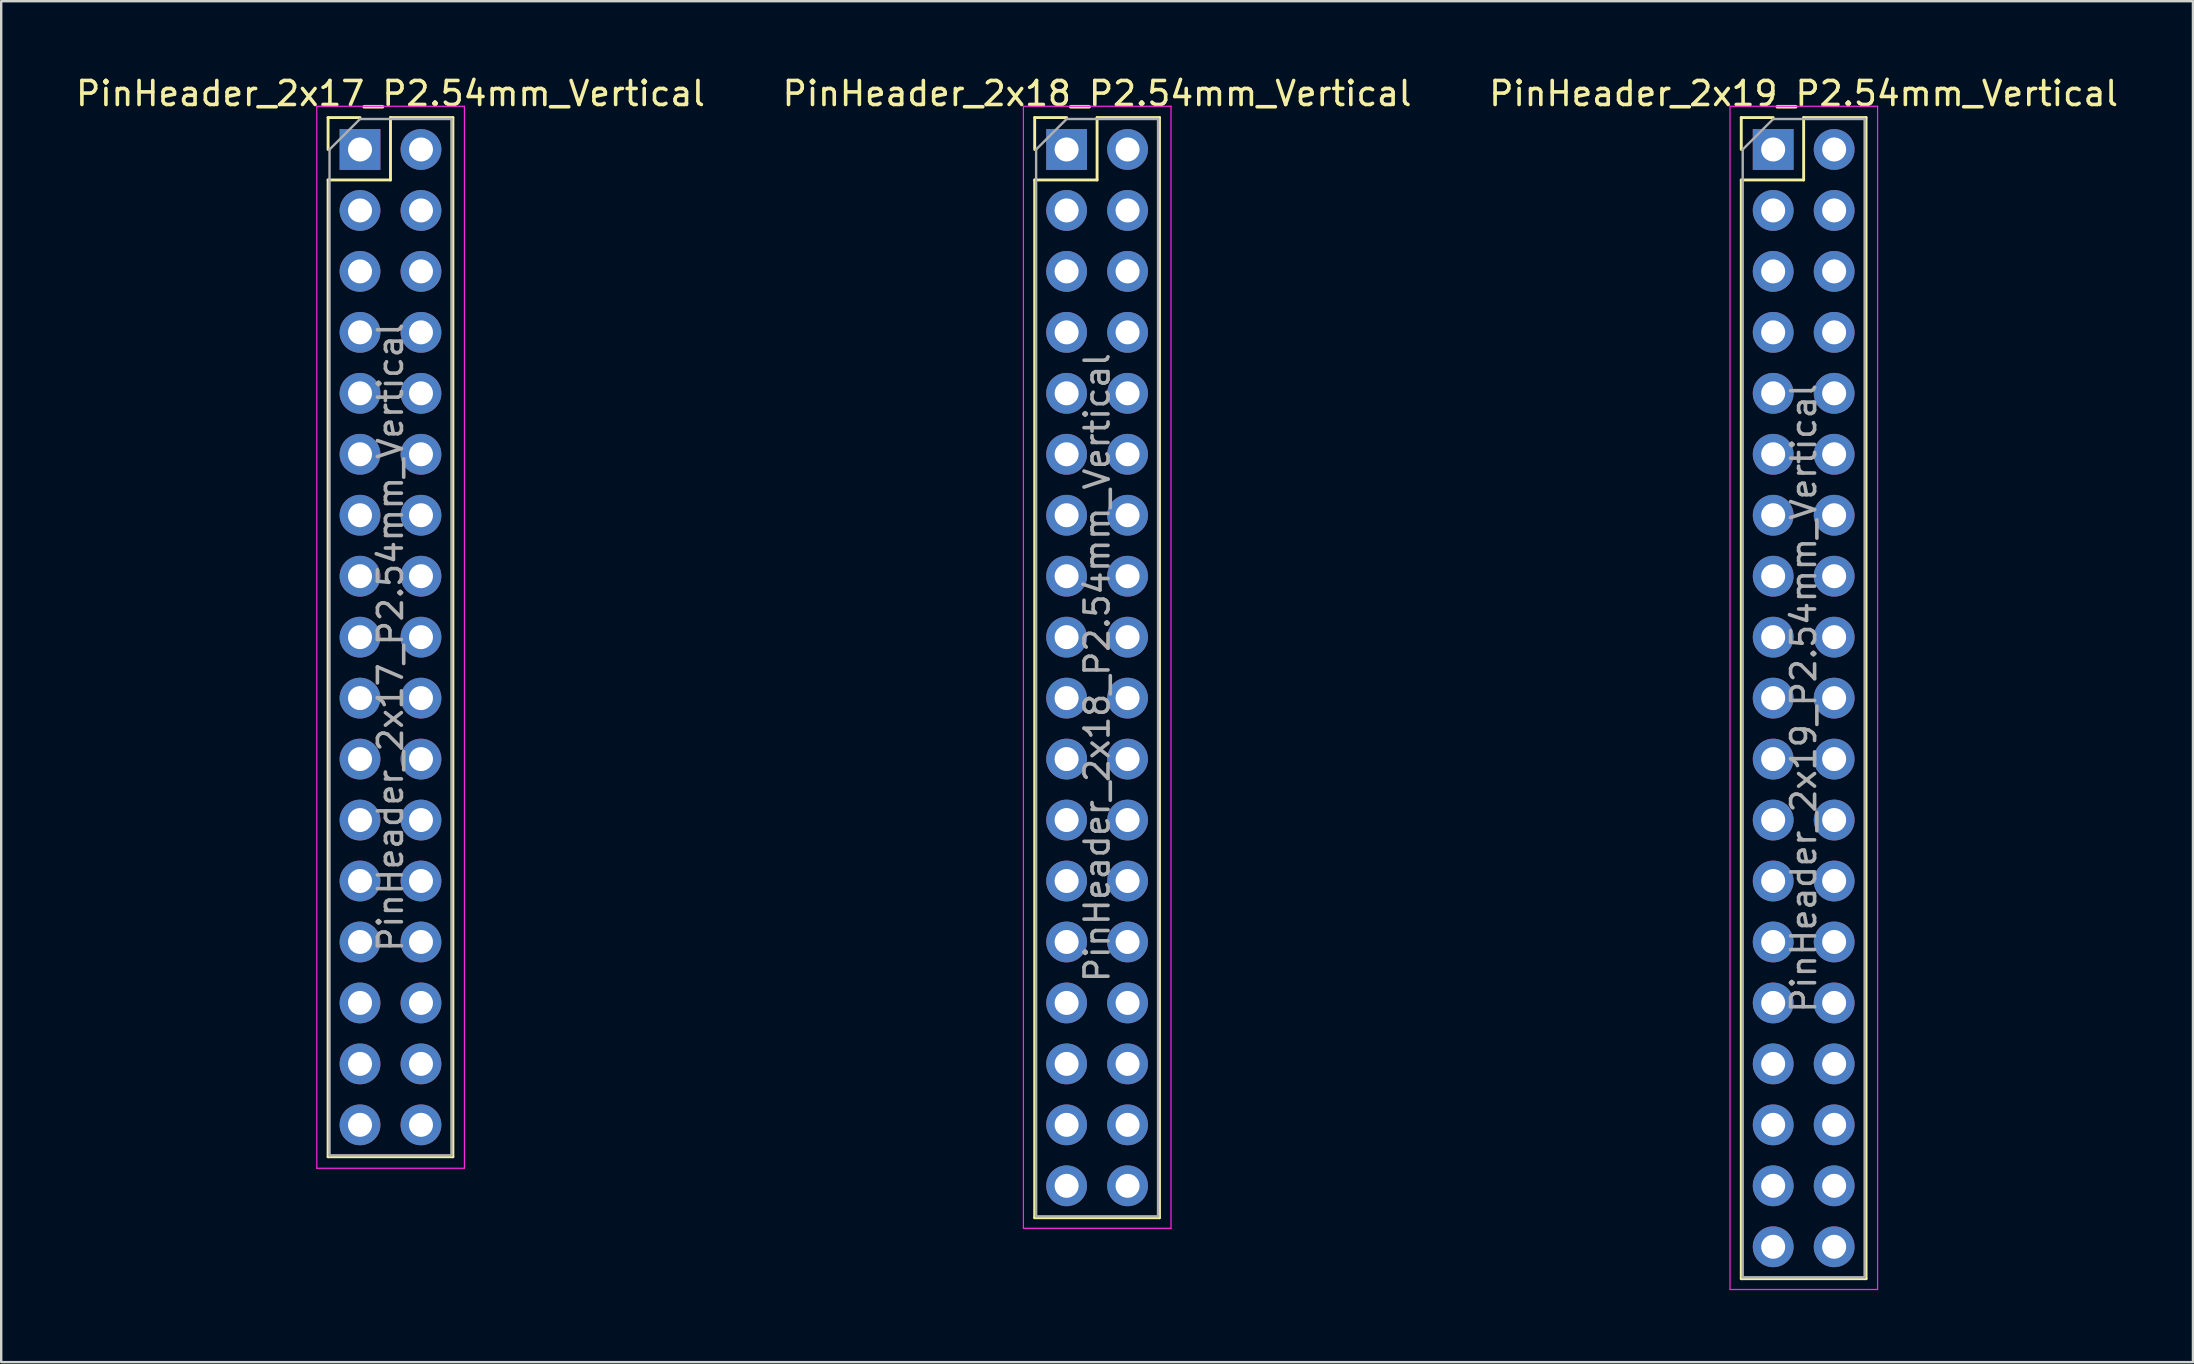
<source format=kicad_pcb>
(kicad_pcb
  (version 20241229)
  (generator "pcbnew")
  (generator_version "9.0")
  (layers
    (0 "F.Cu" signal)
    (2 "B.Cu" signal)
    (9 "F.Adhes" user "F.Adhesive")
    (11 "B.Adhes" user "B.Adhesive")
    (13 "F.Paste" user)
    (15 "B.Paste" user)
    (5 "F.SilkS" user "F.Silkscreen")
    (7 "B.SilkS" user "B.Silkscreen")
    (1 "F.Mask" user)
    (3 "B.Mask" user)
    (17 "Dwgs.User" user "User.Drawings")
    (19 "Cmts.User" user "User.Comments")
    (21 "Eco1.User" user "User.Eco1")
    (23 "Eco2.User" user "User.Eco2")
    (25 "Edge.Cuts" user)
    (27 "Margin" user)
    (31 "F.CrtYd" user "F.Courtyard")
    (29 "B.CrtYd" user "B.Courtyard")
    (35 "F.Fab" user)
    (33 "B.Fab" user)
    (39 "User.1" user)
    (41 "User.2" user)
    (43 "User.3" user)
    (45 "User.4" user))
  (footprint "PinHeader_2x17_P2.54mm_Vertical"
    (layer "F.Cu")
    (at 11.95 3.178)
    (property "Reference" "PinHeader_2x17_P2.54mm_Vertical" (at 1.27 -2.33 0) (layer "F.SilkS") (effects (font (size 1 1) (thickness 0.15))))
    (attr through_hole)
    (fp_line (start -1.33 -1.33) (end 0 -1.33) (stroke (width 0.12) (type solid)) (layer "F.SilkS"))
    (fp_line (start -1.33 0) (end -1.33 -1.33) (stroke (width 0.12) (type solid)) (layer "F.SilkS"))
    (fp_line (start -1.33 1.27) (end -1.33 41.97) (stroke (width 0.12) (type solid)) (layer "F.SilkS"))
    (fp_line (start -1.33 1.27) (end 1.27 1.27) (stroke (width 0.12) (type solid)) (layer "F.SilkS"))
    (fp_line (start -1.33 41.97) (end 3.87 41.97) (stroke (width 0.12) (type solid)) (layer "F.SilkS"))
    (fp_line (start 1.27 -1.33) (end 3.87 -1.33) (stroke (width 0.12) (type solid)) (layer "F.SilkS"))
    (fp_line (start 1.27 1.27) (end 1.27 -1.33) (stroke (width 0.12) (type solid)) (layer "F.SilkS"))
    (fp_line (start 3.87 -1.33) (end 3.87 41.97) (stroke (width 0.12) (type solid)) (layer "F.SilkS"))
    (fp_line (start -1.8 -1.8) (end -1.8 42.45) (stroke (width 0.05) (type solid)) (layer "F.CrtYd"))
    (fp_line (start -1.8 42.45) (end 4.35 42.45) (stroke (width 0.05) (type solid)) (layer "F.CrtYd"))
    (fp_line (start 4.35 -1.8) (end -1.8 -1.8) (stroke (width 0.05) (type solid)) (layer "F.CrtYd"))
    (fp_line (start 4.35 42.45) (end 4.35 -1.8) (stroke (width 0.05) (type solid)) (layer "F.CrtYd"))
    (fp_line (start -1.27 0) (end 0 -1.27) (stroke (width 0.1) (type solid)) (layer "F.Fab"))
    (fp_line (start -1.27 41.91) (end -1.27 0) (stroke (width 0.1) (type solid)) (layer "F.Fab"))
    (fp_line (start 0 -1.27) (end 3.81 -1.27) (stroke (width 0.1) (type solid)) (layer "F.Fab"))
    (fp_line (start 3.81 -1.27) (end 3.81 41.91) (stroke (width 0.1) (type solid)) (layer "F.Fab"))
    (fp_line (start 3.81 41.91) (end -1.27 41.91) (stroke (width 0.1) (type solid)) (layer "F.Fab"))
    (fp_text user "${REFERENCE}" (at 1.27 20.32 90) (layer "F.Fab") (effects (font (size 1 1) (thickness 0.15))))
    (pad "1" thru_hole rect (at 0 0) (size 1.7 1.7) (drill 1) (layers "*.Cu" "*.Mask"))
    (pad "2" thru_hole oval (at 2.54 0) (size 1.7 1.7) (drill 1) (layers "*.Cu" "*.Mask"))
    (pad "3" thru_hole oval (at 0 2.54) (size 1.7 1.7) (drill 1) (layers "*.Cu" "*.Mask"))
    (pad "4" thru_hole oval (at 2.54 2.54) (size 1.7 1.7) (drill 1) (layers "*.Cu" "*.Mask"))
    (pad "5" thru_hole oval (at 0 5.08) (size 1.7 1.7) (drill 1) (layers "*.Cu" "*.Mask"))
    (pad "6" thru_hole oval (at 2.54 5.08) (size 1.7 1.7) (drill 1) (layers "*.Cu" "*.Mask"))
    (pad "7" thru_hole oval (at 0 7.62) (size 1.7 1.7) (drill 1) (layers "*.Cu" "*.Mask"))
    (pad "8" thru_hole oval (at 2.54 7.62) (size 1.7 1.7) (drill 1) (layers "*.Cu" "*.Mask"))
    (pad "9" thru_hole oval (at 0 10.16) (size 1.7 1.7) (drill 1) (layers "*.Cu" "*.Mask"))
    (pad "10" thru_hole oval (at 2.54 10.16) (size 1.7 1.7) (drill 1) (layers "*.Cu" "*.Mask"))
    (pad "11" thru_hole oval (at 0 12.7) (size 1.7 1.7) (drill 1) (layers "*.Cu" "*.Mask"))
    (pad "12" thru_hole oval (at 2.54 12.7) (size 1.7 1.7) (drill 1) (layers "*.Cu" "*.Mask"))
    (pad "13" thru_hole oval (at 0 15.24) (size 1.7 1.7) (drill 1) (layers "*.Cu" "*.Mask"))
    (pad "14" thru_hole oval (at 2.54 15.24) (size 1.7 1.7) (drill 1) (layers "*.Cu" "*.Mask"))
    (pad "15" thru_hole oval (at 0 17.78) (size 1.7 1.7) (drill 1) (layers "*.Cu" "*.Mask"))
    (pad "16" thru_hole oval (at 2.54 17.78) (size 1.7 1.7) (drill 1) (layers "*.Cu" "*.Mask"))
    (pad "17" thru_hole oval (at 0 20.32) (size 1.7 1.7) (drill 1) (layers "*.Cu" "*.Mask"))
    (pad "18" thru_hole oval (at 2.54 20.32) (size 1.7 1.7) (drill 1) (layers "*.Cu" "*.Mask"))
    (pad "19" thru_hole oval (at 0 22.86) (size 1.7 1.7) (drill 1) (layers "*.Cu" "*.Mask"))
    (pad "20" thru_hole oval (at 2.54 22.86) (size 1.7 1.7) (drill 1) (layers "*.Cu" "*.Mask"))
    (pad "21" thru_hole oval (at 0 25.4) (size 1.7 1.7) (drill 1) (layers "*.Cu" "*.Mask"))
    (pad "22" thru_hole oval (at 2.54 25.4) (size 1.7 1.7) (drill 1) (layers "*.Cu" "*.Mask"))
    (pad "23" thru_hole oval (at 0 27.94) (size 1.7 1.7) (drill 1) (layers "*.Cu" "*.Mask"))
    (pad "24" thru_hole oval (at 2.54 27.94) (size 1.7 1.7) (drill 1) (layers "*.Cu" "*.Mask"))
    (pad "25" thru_hole oval (at 0 30.48) (size 1.7 1.7) (drill 1) (layers "*.Cu" "*.Mask"))
    (pad "26" thru_hole oval (at 2.54 30.48) (size 1.7 1.7) (drill 1) (layers "*.Cu" "*.Mask"))
    (pad "27" thru_hole oval (at 0 33.02) (size 1.7 1.7) (drill 1) (layers "*.Cu" "*.Mask"))
    (pad "28" thru_hole oval (at 2.54 33.02) (size 1.7 1.7) (drill 1) (layers "*.Cu" "*.Mask"))
    (pad "29" thru_hole oval (at 0 35.56) (size 1.7 1.7) (drill 1) (layers "*.Cu" "*.Mask"))
    (pad "30" thru_hole oval (at 2.54 35.56) (size 1.7 1.7) (drill 1) (layers "*.Cu" "*.Mask"))
    (pad "31" thru_hole oval (at 0 38.1) (size 1.7 1.7) (drill 1) (layers "*.Cu" "*.Mask"))
    (pad "32" thru_hole oval (at 2.54 38.1) (size 1.7 1.7) (drill 1) (layers "*.Cu" "*.Mask"))
    (pad "33" thru_hole oval (at 0 40.64) (size 1.7 1.7) (drill 1) (layers "*.Cu" "*.Mask"))
    (pad "34" thru_hole oval (at 2.54 40.64) (size 1.7 1.7) (drill 1) (layers "*.Cu" "*.Mask")))
  (footprint "PinHeader_2x18_P2.54mm_Vertical"
    (layer "F.Cu")
    (at 41.391 3.178)
    (property "Reference" "PinHeader_2x18_P2.54mm_Vertical" (at 1.27 -2.33 0) (layer "F.SilkS") (effects (font (size 1 1) (thickness 0.15))))
    (attr through_hole)
    (fp_line (start -1.33 -1.33) (end 0 -1.33) (stroke (width 0.12) (type solid)) (layer "F.SilkS"))
    (fp_line (start -1.33 0) (end -1.33 -1.33) (stroke (width 0.12) (type solid)) (layer "F.SilkS"))
    (fp_line (start -1.33 1.27) (end -1.33 44.51) (stroke (width 0.12) (type solid)) (layer "F.SilkS"))
    (fp_line (start -1.33 1.27) (end 1.27 1.27) (stroke (width 0.12) (type solid)) (layer "F.SilkS"))
    (fp_line (start -1.33 44.51) (end 3.87 44.51) (stroke (width 0.12) (type solid)) (layer "F.SilkS"))
    (fp_line (start 1.27 -1.33) (end 3.87 -1.33) (stroke (width 0.12) (type solid)) (layer "F.SilkS"))
    (fp_line (start 1.27 1.27) (end 1.27 -1.33) (stroke (width 0.12) (type solid)) (layer "F.SilkS"))
    (fp_line (start 3.87 -1.33) (end 3.87 44.51) (stroke (width 0.12) (type solid)) (layer "F.SilkS"))
    (fp_line (start -1.8 -1.8) (end -1.8 44.95) (stroke (width 0.05) (type solid)) (layer "F.CrtYd"))
    (fp_line (start -1.8 44.95) (end 4.35 44.95) (stroke (width 0.05) (type solid)) (layer "F.CrtYd"))
    (fp_line (start 4.35 -1.8) (end -1.8 -1.8) (stroke (width 0.05) (type solid)) (layer "F.CrtYd"))
    (fp_line (start 4.35 44.95) (end 4.35 -1.8) (stroke (width 0.05) (type solid)) (layer "F.CrtYd"))
    (fp_line (start -1.27 0) (end 0 -1.27) (stroke (width 0.1) (type solid)) (layer "F.Fab"))
    (fp_line (start -1.27 44.45) (end -1.27 0) (stroke (width 0.1) (type solid)) (layer "F.Fab"))
    (fp_line (start 0 -1.27) (end 3.81 -1.27) (stroke (width 0.1) (type solid)) (layer "F.Fab"))
    (fp_line (start 3.81 -1.27) (end 3.81 44.45) (stroke (width 0.1) (type solid)) (layer "F.Fab"))
    (fp_line (start 3.81 44.45) (end -1.27 44.45) (stroke (width 0.1) (type solid)) (layer "F.Fab"))
    (fp_text user "${REFERENCE}" (at 1.27 21.59 90) (layer "F.Fab") (effects (font (size 1 1) (thickness 0.15))))
    (pad "1" thru_hole rect (at 0 0) (size 1.7 1.7) (drill 1) (layers "*.Cu" "*.Mask"))
    (pad "2" thru_hole oval (at 2.54 0) (size 1.7 1.7) (drill 1) (layers "*.Cu" "*.Mask"))
    (pad "3" thru_hole oval (at 0 2.54) (size 1.7 1.7) (drill 1) (layers "*.Cu" "*.Mask"))
    (pad "4" thru_hole oval (at 2.54 2.54) (size 1.7 1.7) (drill 1) (layers "*.Cu" "*.Mask"))
    (pad "5" thru_hole oval (at 0 5.08) (size 1.7 1.7) (drill 1) (layers "*.Cu" "*.Mask"))
    (pad "6" thru_hole oval (at 2.54 5.08) (size 1.7 1.7) (drill 1) (layers "*.Cu" "*.Mask"))
    (pad "7" thru_hole oval (at 0 7.62) (size 1.7 1.7) (drill 1) (layers "*.Cu" "*.Mask"))
    (pad "8" thru_hole oval (at 2.54 7.62) (size 1.7 1.7) (drill 1) (layers "*.Cu" "*.Mask"))
    (pad "9" thru_hole oval (at 0 10.16) (size 1.7 1.7) (drill 1) (layers "*.Cu" "*.Mask"))
    (pad "10" thru_hole oval (at 2.54 10.16) (size 1.7 1.7) (drill 1) (layers "*.Cu" "*.Mask"))
    (pad "11" thru_hole oval (at 0 12.7) (size 1.7 1.7) (drill 1) (layers "*.Cu" "*.Mask"))
    (pad "12" thru_hole oval (at 2.54 12.7) (size 1.7 1.7) (drill 1) (layers "*.Cu" "*.Mask"))
    (pad "13" thru_hole oval (at 0 15.24) (size 1.7 1.7) (drill 1) (layers "*.Cu" "*.Mask"))
    (pad "14" thru_hole oval (at 2.54 15.24) (size 1.7 1.7) (drill 1) (layers "*.Cu" "*.Mask"))
    (pad "15" thru_hole oval (at 0 17.78) (size 1.7 1.7) (drill 1) (layers "*.Cu" "*.Mask"))
    (pad "16" thru_hole oval (at 2.54 17.78) (size 1.7 1.7) (drill 1) (layers "*.Cu" "*.Mask"))
    (pad "17" thru_hole oval (at 0 20.32) (size 1.7 1.7) (drill 1) (layers "*.Cu" "*.Mask"))
    (pad "18" thru_hole oval (at 2.54 20.32) (size 1.7 1.7) (drill 1) (layers "*.Cu" "*.Mask"))
    (pad "19" thru_hole oval (at 0 22.86) (size 1.7 1.7) (drill 1) (layers "*.Cu" "*.Mask"))
    (pad "20" thru_hole oval (at 2.54 22.86) (size 1.7 1.7) (drill 1) (layers "*.Cu" "*.Mask"))
    (pad "21" thru_hole oval (at 0 25.4) (size 1.7 1.7) (drill 1) (layers "*.Cu" "*.Mask"))
    (pad "22" thru_hole oval (at 2.54 25.4) (size 1.7 1.7) (drill 1) (layers "*.Cu" "*.Mask"))
    (pad "23" thru_hole oval (at 0 27.94) (size 1.7 1.7) (drill 1) (layers "*.Cu" "*.Mask"))
    (pad "24" thru_hole oval (at 2.54 27.94) (size 1.7 1.7) (drill 1) (layers "*.Cu" "*.Mask"))
    (pad "25" thru_hole oval (at 0 30.48) (size 1.7 1.7) (drill 1) (layers "*.Cu" "*.Mask"))
    (pad "26" thru_hole oval (at 2.54 30.48) (size 1.7 1.7) (drill 1) (layers "*.Cu" "*.Mask"))
    (pad "27" thru_hole oval (at 0 33.02) (size 1.7 1.7) (drill 1) (layers "*.Cu" "*.Mask"))
    (pad "28" thru_hole oval (at 2.54 33.02) (size 1.7 1.7) (drill 1) (layers "*.Cu" "*.Mask"))
    (pad "29" thru_hole oval (at 0 35.56) (size 1.7 1.7) (drill 1) (layers "*.Cu" "*.Mask"))
    (pad "30" thru_hole oval (at 2.54 35.56) (size 1.7 1.7) (drill 1) (layers "*.Cu" "*.Mask"))
    (pad "31" thru_hole oval (at 0 38.1) (size 1.7 1.7) (drill 1) (layers "*.Cu" "*.Mask"))
    (pad "32" thru_hole oval (at 2.54 38.1) (size 1.7 1.7) (drill 1) (layers "*.Cu" "*.Mask"))
    (pad "33" thru_hole oval (at 0 40.64) (size 1.7 1.7) (drill 1) (layers "*.Cu" "*.Mask"))
    (pad "34" thru_hole oval (at 2.54 40.64) (size 1.7 1.7) (drill 1) (layers "*.Cu" "*.Mask"))
    (pad "35" thru_hole oval (at 0 43.18) (size 1.7 1.7) (drill 1) (layers "*.Cu" "*.Mask"))
    (pad "36" thru_hole oval (at 2.54 43.18) (size 1.7 1.7) (drill 1) (layers "*.Cu" "*.Mask")))
  (footprint "PinHeader_2x19_P2.54mm_Vertical"
    (layer "F.Cu")
    (at 70.831 3.178)
    (property "Reference" "PinHeader_2x19_P2.54mm_Vertical" (at 1.27 -2.33 0) (layer "F.SilkS") (effects (font (size 1 1) (thickness 0.15))))
    (attr through_hole)
    (fp_line (start -1.33 -1.33) (end 0 -1.33) (stroke (width 0.12) (type solid)) (layer "F.SilkS"))
    (fp_line (start -1.33 0) (end -1.33 -1.33) (stroke (width 0.12) (type solid)) (layer "F.SilkS"))
    (fp_line (start -1.33 1.27) (end -1.33 47.05) (stroke (width 0.12) (type solid)) (layer "F.SilkS"))
    (fp_line (start -1.33 1.27) (end 1.27 1.27) (stroke (width 0.12) (type solid)) (layer "F.SilkS"))
    (fp_line (start -1.33 47.05) (end 3.87 47.05) (stroke (width 0.12) (type solid)) (layer "F.SilkS"))
    (fp_line (start 1.27 -1.33) (end 3.87 -1.33) (stroke (width 0.12) (type solid)) (layer "F.SilkS"))
    (fp_line (start 1.27 1.27) (end 1.27 -1.33) (stroke (width 0.12) (type solid)) (layer "F.SilkS"))
    (fp_line (start 3.87 -1.33) (end 3.87 47.05) (stroke (width 0.12) (type solid)) (layer "F.SilkS"))
    (fp_line (start -1.8 -1.8) (end -1.8 47.5) (stroke (width 0.05) (type solid)) (layer "F.CrtYd"))
    (fp_line (start -1.8 47.5) (end 4.35 47.5) (stroke (width 0.05) (type solid)) (layer "F.CrtYd"))
    (fp_line (start 4.35 -1.8) (end -1.8 -1.8) (stroke (width 0.05) (type solid)) (layer "F.CrtYd"))
    (fp_line (start 4.35 47.5) (end 4.35 -1.8) (stroke (width 0.05) (type solid)) (layer "F.CrtYd"))
    (fp_line (start -1.27 0) (end 0 -1.27) (stroke (width 0.1) (type solid)) (layer "F.Fab"))
    (fp_line (start -1.27 46.99) (end -1.27 0) (stroke (width 0.1) (type solid)) (layer "F.Fab"))
    (fp_line (start 0 -1.27) (end 3.81 -1.27) (stroke (width 0.1) (type solid)) (layer "F.Fab"))
    (fp_line (start 3.81 -1.27) (end 3.81 46.99) (stroke (width 0.1) (type solid)) (layer "F.Fab"))
    (fp_line (start 3.81 46.99) (end -1.27 46.99) (stroke (width 0.1) (type solid)) (layer "F.Fab"))
    (fp_text user "${REFERENCE}" (at 1.27 22.86 90) (layer "F.Fab") (effects (font (size 1 1) (thickness 0.15))))
    (pad "1" thru_hole rect (at 0 0) (size 1.7 1.7) (drill 1) (layers "*.Cu" "*.Mask"))
    (pad "2" thru_hole oval (at 2.54 0) (size 1.7 1.7) (drill 1) (layers "*.Cu" "*.Mask"))
    (pad "3" thru_hole oval (at 0 2.54) (size 1.7 1.7) (drill 1) (layers "*.Cu" "*.Mask"))
    (pad "4" thru_hole oval (at 2.54 2.54) (size 1.7 1.7) (drill 1) (layers "*.Cu" "*.Mask"))
    (pad "5" thru_hole oval (at 0 5.08) (size 1.7 1.7) (drill 1) (layers "*.Cu" "*.Mask"))
    (pad "6" thru_hole oval (at 2.54 5.08) (size 1.7 1.7) (drill 1) (layers "*.Cu" "*.Mask"))
    (pad "7" thru_hole oval (at 0 7.62) (size 1.7 1.7) (drill 1) (layers "*.Cu" "*.Mask"))
    (pad "8" thru_hole oval (at 2.54 7.62) (size 1.7 1.7) (drill 1) (layers "*.Cu" "*.Mask"))
    (pad "9" thru_hole oval (at 0 10.16) (size 1.7 1.7) (drill 1) (layers "*.Cu" "*.Mask"))
    (pad "10" thru_hole oval (at 2.54 10.16) (size 1.7 1.7) (drill 1) (layers "*.Cu" "*.Mask"))
    (pad "11" thru_hole oval (at 0 12.7) (size 1.7 1.7) (drill 1) (layers "*.Cu" "*.Mask"))
    (pad "12" thru_hole oval (at 2.54 12.7) (size 1.7 1.7) (drill 1) (layers "*.Cu" "*.Mask"))
    (pad "13" thru_hole oval (at 0 15.24) (size 1.7 1.7) (drill 1) (layers "*.Cu" "*.Mask"))
    (pad "14" thru_hole oval (at 2.54 15.24) (size 1.7 1.7) (drill 1) (layers "*.Cu" "*.Mask"))
    (pad "15" thru_hole oval (at 0 17.78) (size 1.7 1.7) (drill 1) (layers "*.Cu" "*.Mask"))
    (pad "16" thru_hole oval (at 2.54 17.78) (size 1.7 1.7) (drill 1) (layers "*.Cu" "*.Mask"))
    (pad "17" thru_hole oval (at 0 20.32) (size 1.7 1.7) (drill 1) (layers "*.Cu" "*.Mask"))
    (pad "18" thru_hole oval (at 2.54 20.32) (size 1.7 1.7) (drill 1) (layers "*.Cu" "*.Mask"))
    (pad "19" thru_hole oval (at 0 22.86) (size 1.7 1.7) (drill 1) (layers "*.Cu" "*.Mask"))
    (pad "20" thru_hole oval (at 2.54 22.86) (size 1.7 1.7) (drill 1) (layers "*.Cu" "*.Mask"))
    (pad "21" thru_hole oval (at 0 25.4) (size 1.7 1.7) (drill 1) (layers "*.Cu" "*.Mask"))
    (pad "22" thru_hole oval (at 2.54 25.4) (size 1.7 1.7) (drill 1) (layers "*.Cu" "*.Mask"))
    (pad "23" thru_hole oval (at 0 27.94) (size 1.7 1.7) (drill 1) (layers "*.Cu" "*.Mask"))
    (pad "24" thru_hole oval (at 2.54 27.94) (size 1.7 1.7) (drill 1) (layers "*.Cu" "*.Mask"))
    (pad "25" thru_hole oval (at 0 30.48) (size 1.7 1.7) (drill 1) (layers "*.Cu" "*.Mask"))
    (pad "26" thru_hole oval (at 2.54 30.48) (size 1.7 1.7) (drill 1) (layers "*.Cu" "*.Mask"))
    (pad "27" thru_hole oval (at 0 33.02) (size 1.7 1.7) (drill 1) (layers "*.Cu" "*.Mask"))
    (pad "28" thru_hole oval (at 2.54 33.02) (size 1.7 1.7) (drill 1) (layers "*.Cu" "*.Mask"))
    (pad "29" thru_hole oval (at 0 35.56) (size 1.7 1.7) (drill 1) (layers "*.Cu" "*.Mask"))
    (pad "30" thru_hole oval (at 2.54 35.56) (size 1.7 1.7) (drill 1) (layers "*.Cu" "*.Mask"))
    (pad "31" thru_hole oval (at 0 38.1) (size 1.7 1.7) (drill 1) (layers "*.Cu" "*.Mask"))
    (pad "32" thru_hole oval (at 2.54 38.1) (size 1.7 1.7) (drill 1) (layers "*.Cu" "*.Mask"))
    (pad "33" thru_hole oval (at 0 40.64) (size 1.7 1.7) (drill 1) (layers "*.Cu" "*.Mask"))
    (pad "34" thru_hole oval (at 2.54 40.64) (size 1.7 1.7) (drill 1) (layers "*.Cu" "*.Mask"))
    (pad "35" thru_hole oval (at 0 43.18) (size 1.7 1.7) (drill 1) (layers "*.Cu" "*.Mask"))
    (pad "36" thru_hole oval (at 2.54 43.18) (size 1.7 1.7) (drill 1) (layers "*.Cu" "*.Mask"))
    (pad "37" thru_hole oval (at 0 45.72) (size 1.7 1.7) (drill 1) (layers "*.Cu" "*.Mask"))
    (pad "38" thru_hole oval (at 2.54 45.72) (size 1.7 1.7) (drill 1) (layers "*.Cu" "*.Mask")))
  (gr_rect
    (start -3 -3)
    (end 88.321 53.703)
    (stroke (width 0.1) (type default))
    (fill no)
    (layer "Edge.Cuts")))
</source>
